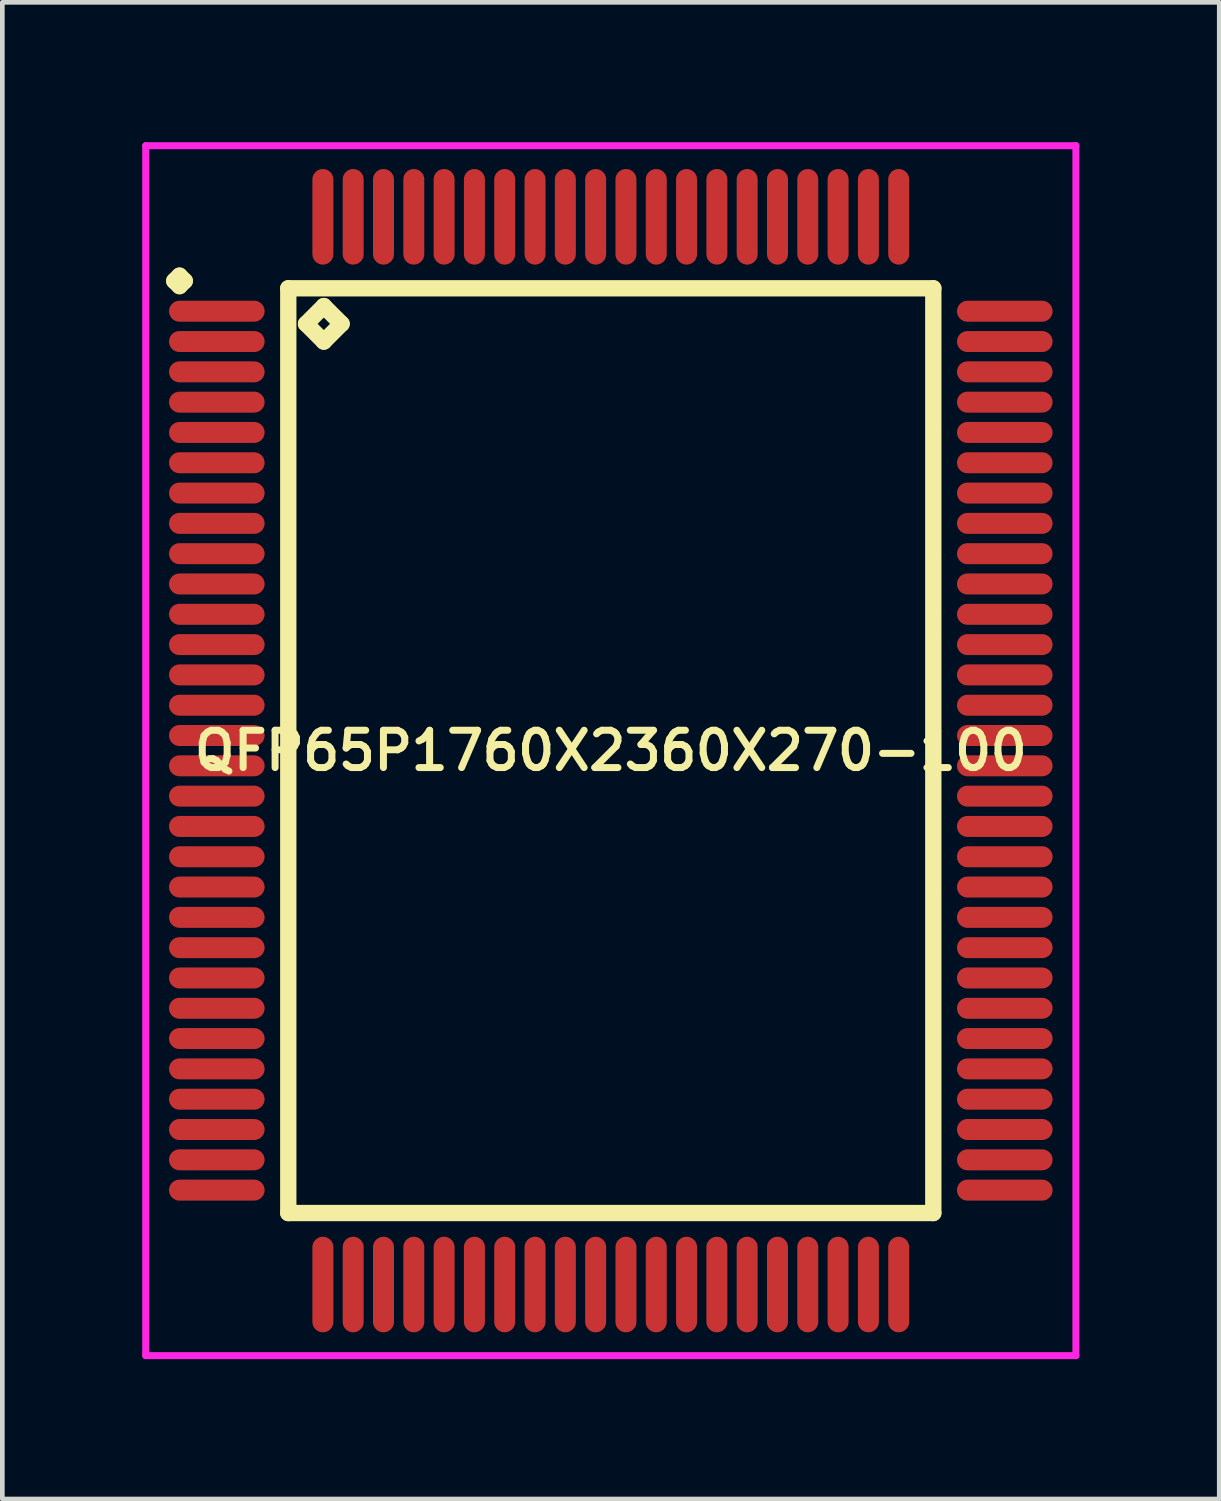
<source format=kicad_pcb>
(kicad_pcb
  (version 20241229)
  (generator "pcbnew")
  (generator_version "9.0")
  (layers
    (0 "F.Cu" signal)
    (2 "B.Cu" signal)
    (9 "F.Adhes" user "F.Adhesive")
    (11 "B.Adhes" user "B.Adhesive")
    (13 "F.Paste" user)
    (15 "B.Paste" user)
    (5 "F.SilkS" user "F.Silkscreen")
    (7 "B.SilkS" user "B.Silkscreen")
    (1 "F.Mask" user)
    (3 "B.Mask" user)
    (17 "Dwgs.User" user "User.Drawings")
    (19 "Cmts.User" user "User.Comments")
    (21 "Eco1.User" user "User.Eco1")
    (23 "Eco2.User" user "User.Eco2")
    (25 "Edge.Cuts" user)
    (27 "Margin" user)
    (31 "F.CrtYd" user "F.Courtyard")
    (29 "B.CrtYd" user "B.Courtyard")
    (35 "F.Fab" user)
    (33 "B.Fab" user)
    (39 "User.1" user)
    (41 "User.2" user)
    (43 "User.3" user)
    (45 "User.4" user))
  (footprint "QFP65P1760X2360X270-100"
    (layer "F.Cu")
    (at 10.05 13.05)
    (property "Reference" "QFP65P1760X2360X270-100" (at 0 0 0) (layer "F.SilkS") (effects (font (size 0.8 0.8) (thickness 0.15))))
    (attr smd)
    (fp_line (start -9.363 -10.075) (end -9.25 -10.188) (stroke (width 0.35) (type solid)) (layer "F.SilkS"))
    (fp_line (start -9.25 -10.188) (end -9.137 -10.075) (stroke (width 0.35) (type solid)) (layer "F.SilkS"))
    (fp_line (start -9.25 -9.963) (end -9.363 -10.075) (stroke (width 0.35) (type solid)) (layer "F.SilkS"))
    (fp_line (start -9.137 -10.075) (end -9.25 -9.963) (stroke (width 0.35) (type solid)) (layer "F.SilkS"))
    (fp_line (start -6.917 -9.917) (end -6.917 9.917) (stroke (width 0.35) (type solid)) (layer "F.SilkS"))
    (fp_line (start -6.917 9.917) (end 6.917 9.917) (stroke (width 0.35) (type solid)) (layer "F.SilkS"))
    (fp_line (start -6.536 -9.155) (end -6.155 -9.536) (stroke (width 0.35) (type solid)) (layer "F.SilkS"))
    (fp_line (start -6.155 -9.536) (end -5.774 -9.155) (stroke (width 0.35) (type solid)) (layer "F.SilkS"))
    (fp_line (start -6.155 -8.774) (end -6.536 -9.155) (stroke (width 0.35) (type solid)) (layer "F.SilkS"))
    (fp_line (start -5.774 -9.155) (end -6.155 -8.774) (stroke (width 0.35) (type solid)) (layer "F.SilkS"))
    (fp_line (start 6.917 -9.917) (end -6.917 -9.917) (stroke (width 0.35) (type solid)) (layer "F.SilkS"))
    (fp_line (start 6.917 9.917) (end 6.917 -9.917) (stroke (width 0.35) (type solid)) (layer "F.SilkS"))
    (fp_line (start -9.975 -12.975) (end 9.975 -12.975) (stroke (width 0.15) (type solid)) (layer "F.CrtYd"))
    (fp_line (start -9.975 12.975) (end -9.975 -12.975) (stroke (width 0.15) (type solid)) (layer "F.CrtYd"))
    (fp_line (start 9.975 -12.975) (end 9.975 12.975) (stroke (width 0.15) (type solid)) (layer "F.CrtYd"))
    (fp_line (start 9.975 12.975) (end -9.975 12.975) (stroke (width 0.15) (type solid)) (layer "F.CrtYd"))
    (pad "1" smd oval (at -8.45 -9.425) (size 2.05 0.45) (layers "F.Cu" "F.Mask" "F.Paste"))
    (pad "2" smd oval (at -8.45 -8.775) (size 2.05 0.45) (layers "F.Cu" "F.Mask" "F.Paste"))
    (pad "3" smd oval (at -8.45 -8.125) (size 2.05 0.45) (layers "F.Cu" "F.Mask" "F.Paste"))
    (pad "4" smd oval (at -8.45 -7.475) (size 2.05 0.45) (layers "F.Cu" "F.Mask" "F.Paste"))
    (pad "5" smd oval (at -8.45 -6.825) (size 2.05 0.45) (layers "F.Cu" "F.Mask" "F.Paste"))
    (pad "6" smd oval (at -8.45 -6.175) (size 2.05 0.45) (layers "F.Cu" "F.Mask" "F.Paste"))
    (pad "7" smd oval (at -8.45 -5.525) (size 2.05 0.45) (layers "F.Cu" "F.Mask" "F.Paste"))
    (pad "8" smd oval (at -8.45 -4.875) (size 2.05 0.45) (layers "F.Cu" "F.Mask" "F.Paste"))
    (pad "9" smd oval (at -8.45 -4.225) (size 2.05 0.45) (layers "F.Cu" "F.Mask" "F.Paste"))
    (pad "10" smd oval (at -8.45 -3.575) (size 2.05 0.45) (layers "F.Cu" "F.Mask" "F.Paste"))
    (pad "11" smd oval (at -8.45 -2.925) (size 2.05 0.45) (layers "F.Cu" "F.Mask" "F.Paste"))
    (pad "12" smd oval (at -8.45 -2.275) (size 2.05 0.45) (layers "F.Cu" "F.Mask" "F.Paste"))
    (pad "13" smd oval (at -8.45 -1.625) (size 2.05 0.45) (layers "F.Cu" "F.Mask" "F.Paste"))
    (pad "14" smd oval (at -8.45 -0.975) (size 2.05 0.45) (layers "F.Cu" "F.Mask" "F.Paste"))
    (pad "15" smd oval (at -8.45 -0.325) (size 2.05 0.45) (layers "F.Cu" "F.Mask" "F.Paste"))
    (pad "16" smd oval (at -8.45 0.325) (size 2.05 0.45) (layers "F.Cu" "F.Mask" "F.Paste"))
    (pad "17" smd oval (at -8.45 0.975) (size 2.05 0.45) (layers "F.Cu" "F.Mask" "F.Paste"))
    (pad "18" smd oval (at -8.45 1.625) (size 2.05 0.45) (layers "F.Cu" "F.Mask" "F.Paste"))
    (pad "19" smd oval (at -8.45 2.275) (size 2.05 0.45) (layers "F.Cu" "F.Mask" "F.Paste"))
    (pad "20" smd oval (at -8.45 2.925) (size 2.05 0.45) (layers "F.Cu" "F.Mask" "F.Paste"))
    (pad "21" smd oval (at -8.45 3.575) (size 2.05 0.45) (layers "F.Cu" "F.Mask" "F.Paste"))
    (pad "22" smd oval (at -8.45 4.225) (size 2.05 0.45) (layers "F.Cu" "F.Mask" "F.Paste"))
    (pad "23" smd oval (at -8.45 4.875) (size 2.05 0.45) (layers "F.Cu" "F.Mask" "F.Paste"))
    (pad "24" smd oval (at -8.45 5.525) (size 2.05 0.45) (layers "F.Cu" "F.Mask" "F.Paste"))
    (pad "25" smd oval (at -8.45 6.175) (size 2.05 0.45) (layers "F.Cu" "F.Mask" "F.Paste"))
    (pad "26" smd oval (at -8.45 6.825) (size 2.05 0.45) (layers "F.Cu" "F.Mask" "F.Paste"))
    (pad "27" smd oval (at -8.45 7.475) (size 2.05 0.45) (layers "F.Cu" "F.Mask" "F.Paste"))
    (pad "28" smd oval (at -8.45 8.125) (size 2.05 0.45) (layers "F.Cu" "F.Mask" "F.Paste"))
    (pad "29" smd oval (at -8.45 8.775) (size 2.05 0.45) (layers "F.Cu" "F.Mask" "F.Paste"))
    (pad "30" smd oval (at -8.45 9.425) (size 2.05 0.45) (layers "F.Cu" "F.Mask" "F.Paste"))
    (pad "31" smd oval (at -6.175 11.45) (size 0.45 2.05) (layers "F.Cu" "F.Mask" "F.Paste"))
    (pad "32" smd oval (at -5.525 11.45) (size 0.45 2.05) (layers "F.Cu" "F.Mask" "F.Paste"))
    (pad "33" smd oval (at -4.875 11.45) (size 0.45 2.05) (layers "F.Cu" "F.Mask" "F.Paste"))
    (pad "34" smd oval (at -4.225 11.45) (size 0.45 2.05) (layers "F.Cu" "F.Mask" "F.Paste"))
    (pad "35" smd oval (at -3.575 11.45) (size 0.45 2.05) (layers "F.Cu" "F.Mask" "F.Paste"))
    (pad "36" smd oval (at -2.925 11.45) (size 0.45 2.05) (layers "F.Cu" "F.Mask" "F.Paste"))
    (pad "37" smd oval (at -2.275 11.45) (size 0.45 2.05) (layers "F.Cu" "F.Mask" "F.Paste"))
    (pad "38" smd oval (at -1.625 11.45) (size 0.45 2.05) (layers "F.Cu" "F.Mask" "F.Paste"))
    (pad "39" smd oval (at -0.975 11.45) (size 0.45 2.05) (layers "F.Cu" "F.Mask" "F.Paste"))
    (pad "40" smd oval (at -0.325 11.45) (size 0.45 2.05) (layers "F.Cu" "F.Mask" "F.Paste"))
    (pad "41" smd oval (at 0.325 11.45) (size 0.45 2.05) (layers "F.Cu" "F.Mask" "F.Paste"))
    (pad "42" smd oval (at 0.975 11.45) (size 0.45 2.05) (layers "F.Cu" "F.Mask" "F.Paste"))
    (pad "43" smd oval (at 1.625 11.45) (size 0.45 2.05) (layers "F.Cu" "F.Mask" "F.Paste"))
    (pad "44" smd oval (at 2.275 11.45) (size 0.45 2.05) (layers "F.Cu" "F.Mask" "F.Paste"))
    (pad "45" smd oval (at 2.925 11.45) (size 0.45 2.05) (layers "F.Cu" "F.Mask" "F.Paste"))
    (pad "46" smd oval (at 3.575 11.45) (size 0.45 2.05) (layers "F.Cu" "F.Mask" "F.Paste"))
    (pad "47" smd oval (at 4.225 11.45) (size 0.45 2.05) (layers "F.Cu" "F.Mask" "F.Paste"))
    (pad "48" smd oval (at 4.875 11.45) (size 0.45 2.05) (layers "F.Cu" "F.Mask" "F.Paste"))
    (pad "49" smd oval (at 5.525 11.45) (size 0.45 2.05) (layers "F.Cu" "F.Mask" "F.Paste"))
    (pad "50" smd oval (at 6.175 11.45) (size 0.45 2.05) (layers "F.Cu" "F.Mask" "F.Paste"))
    (pad "51" smd oval (at 8.45 9.425) (size 2.05 0.45) (layers "F.Cu" "F.Mask" "F.Paste"))
    (pad "52" smd oval (at 8.45 8.775) (size 2.05 0.45) (layers "F.Cu" "F.Mask" "F.Paste"))
    (pad "53" smd oval (at 8.45 8.125) (size 2.05 0.45) (layers "F.Cu" "F.Mask" "F.Paste"))
    (pad "54" smd oval (at 8.45 7.475) (size 2.05 0.45) (layers "F.Cu" "F.Mask" "F.Paste"))
    (pad "55" smd oval (at 8.45 6.825) (size 2.05 0.45) (layers "F.Cu" "F.Mask" "F.Paste"))
    (pad "56" smd oval (at 8.45 6.175) (size 2.05 0.45) (layers "F.Cu" "F.Mask" "F.Paste"))
    (pad "57" smd oval (at 8.45 5.525) (size 2.05 0.45) (layers "F.Cu" "F.Mask" "F.Paste"))
    (pad "58" smd oval (at 8.45 4.875) (size 2.05 0.45) (layers "F.Cu" "F.Mask" "F.Paste"))
    (pad "59" smd oval (at 8.45 4.225) (size 2.05 0.45) (layers "F.Cu" "F.Mask" "F.Paste"))
    (pad "60" smd oval (at 8.45 3.575) (size 2.05 0.45) (layers "F.Cu" "F.Mask" "F.Paste"))
    (pad "61" smd oval (at 8.45 2.925) (size 2.05 0.45) (layers "F.Cu" "F.Mask" "F.Paste"))
    (pad "62" smd oval (at 8.45 2.275) (size 2.05 0.45) (layers "F.Cu" "F.Mask" "F.Paste"))
    (pad "63" smd oval (at 8.45 1.625) (size 2.05 0.45) (layers "F.Cu" "F.Mask" "F.Paste"))
    (pad "64" smd oval (at 8.45 0.975) (size 2.05 0.45) (layers "F.Cu" "F.Mask" "F.Paste"))
    (pad "65" smd oval (at 8.45 0.325) (size 2.05 0.45) (layers "F.Cu" "F.Mask" "F.Paste"))
    (pad "66" smd oval (at 8.45 -0.325) (size 2.05 0.45) (layers "F.Cu" "F.Mask" "F.Paste"))
    (pad "67" smd oval (at 8.45 -0.975) (size 2.05 0.45) (layers "F.Cu" "F.Mask" "F.Paste"))
    (pad "68" smd oval (at 8.45 -1.625) (size 2.05 0.45) (layers "F.Cu" "F.Mask" "F.Paste"))
    (pad "69" smd oval (at 8.45 -2.275) (size 2.05 0.45) (layers "F.Cu" "F.Mask" "F.Paste"))
    (pad "70" smd oval (at 8.45 -2.925) (size 2.05 0.45) (layers "F.Cu" "F.Mask" "F.Paste"))
    (pad "71" smd oval (at 8.45 -3.575) (size 2.05 0.45) (layers "F.Cu" "F.Mask" "F.Paste"))
    (pad "72" smd oval (at 8.45 -4.225) (size 2.05 0.45) (layers "F.Cu" "F.Mask" "F.Paste"))
    (pad "73" smd oval (at 8.45 -4.875) (size 2.05 0.45) (layers "F.Cu" "F.Mask" "F.Paste"))
    (pad "74" smd oval (at 8.45 -5.525) (size 2.05 0.45) (layers "F.Cu" "F.Mask" "F.Paste"))
    (pad "75" smd oval (at 8.45 -6.175) (size 2.05 0.45) (layers "F.Cu" "F.Mask" "F.Paste"))
    (pad "76" smd oval (at 8.45 -6.825) (size 2.05 0.45) (layers "F.Cu" "F.Mask" "F.Paste"))
    (pad "77" smd oval (at 8.45 -7.475) (size 2.05 0.45) (layers "F.Cu" "F.Mask" "F.Paste"))
    (pad "78" smd oval (at 8.45 -8.125) (size 2.05 0.45) (layers "F.Cu" "F.Mask" "F.Paste"))
    (pad "79" smd oval (at 8.45 -8.775) (size 2.05 0.45) (layers "F.Cu" "F.Mask" "F.Paste"))
    (pad "80" smd oval (at 8.45 -9.425) (size 2.05 0.45) (layers "F.Cu" "F.Mask" "F.Paste"))
    (pad "81" smd oval (at 6.175 -11.45) (size 0.45 2.05) (layers "F.Cu" "F.Mask" "F.Paste"))
    (pad "82" smd oval (at 5.525 -11.45) (size 0.45 2.05) (layers "F.Cu" "F.Mask" "F.Paste"))
    (pad "83" smd oval (at 4.875 -11.45) (size 0.45 2.05) (layers "F.Cu" "F.Mask" "F.Paste"))
    (pad "84" smd oval (at 4.225 -11.45) (size 0.45 2.05) (layers "F.Cu" "F.Mask" "F.Paste"))
    (pad "85" smd oval (at 3.575 -11.45) (size 0.45 2.05) (layers "F.Cu" "F.Mask" "F.Paste"))
    (pad "86" smd oval (at 2.925 -11.45) (size 0.45 2.05) (layers "F.Cu" "F.Mask" "F.Paste"))
    (pad "87" smd oval (at 2.275 -11.45) (size 0.45 2.05) (layers "F.Cu" "F.Mask" "F.Paste"))
    (pad "88" smd oval (at 1.625 -11.45) (size 0.45 2.05) (layers "F.Cu" "F.Mask" "F.Paste"))
    (pad "89" smd oval (at 0.975 -11.45) (size 0.45 2.05) (layers "F.Cu" "F.Mask" "F.Paste"))
    (pad "90" smd oval (at 0.325 -11.45) (size 0.45 2.05) (layers "F.Cu" "F.Mask" "F.Paste"))
    (pad "91" smd oval (at -0.325 -11.45) (size 0.45 2.05) (layers "F.Cu" "F.Mask" "F.Paste"))
    (pad "92" smd oval (at -0.975 -11.45) (size 0.45 2.05) (layers "F.Cu" "F.Mask" "F.Paste"))
    (pad "93" smd oval (at -1.625 -11.45) (size 0.45 2.05) (layers "F.Cu" "F.Mask" "F.Paste"))
    (pad "94" smd oval (at -2.275 -11.45) (size 0.45 2.05) (layers "F.Cu" "F.Mask" "F.Paste"))
    (pad "95" smd oval (at -2.925 -11.45) (size 0.45 2.05) (layers "F.Cu" "F.Mask" "F.Paste"))
    (pad "96" smd oval (at -3.575 -11.45) (size 0.45 2.05) (layers "F.Cu" "F.Mask" "F.Paste"))
    (pad "97" smd oval (at -4.225 -11.45) (size 0.45 2.05) (layers "F.Cu" "F.Mask" "F.Paste"))
    (pad "98" smd oval (at -4.875 -11.45) (size 0.45 2.05) (layers "F.Cu" "F.Mask" "F.Paste"))
    (pad "99" smd oval (at -5.525 -11.45) (size 0.45 2.05) (layers "F.Cu" "F.Mask" "F.Paste"))
    (pad "100" smd oval (at -6.175 -11.45) (size 0.45 2.05) (layers "F.Cu" "F.Mask" "F.Paste")))
  (gr_rect
    (start -3 -3)
    (end 23.1 29.1)
    (stroke (width 0.1) (type default))
    (fill no)
    (layer "Edge.Cuts")))
</source>
